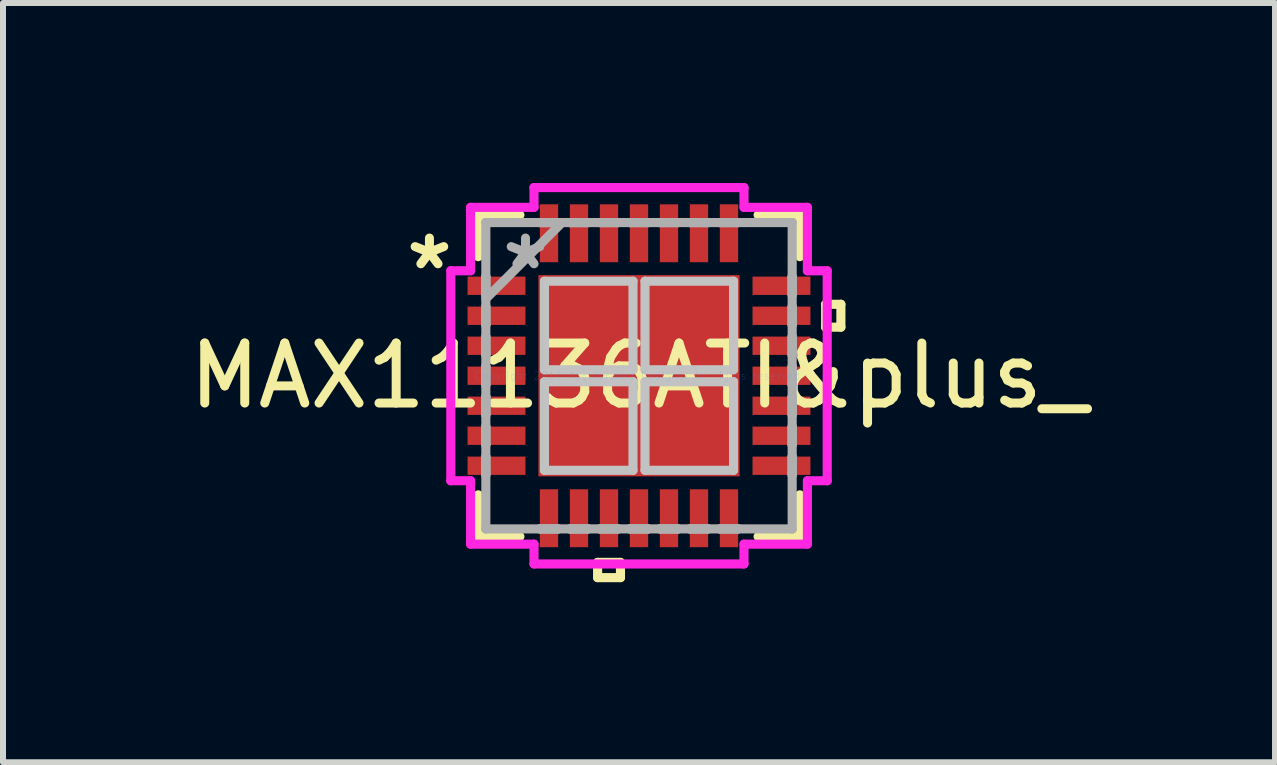
<source format=kicad_pcb>
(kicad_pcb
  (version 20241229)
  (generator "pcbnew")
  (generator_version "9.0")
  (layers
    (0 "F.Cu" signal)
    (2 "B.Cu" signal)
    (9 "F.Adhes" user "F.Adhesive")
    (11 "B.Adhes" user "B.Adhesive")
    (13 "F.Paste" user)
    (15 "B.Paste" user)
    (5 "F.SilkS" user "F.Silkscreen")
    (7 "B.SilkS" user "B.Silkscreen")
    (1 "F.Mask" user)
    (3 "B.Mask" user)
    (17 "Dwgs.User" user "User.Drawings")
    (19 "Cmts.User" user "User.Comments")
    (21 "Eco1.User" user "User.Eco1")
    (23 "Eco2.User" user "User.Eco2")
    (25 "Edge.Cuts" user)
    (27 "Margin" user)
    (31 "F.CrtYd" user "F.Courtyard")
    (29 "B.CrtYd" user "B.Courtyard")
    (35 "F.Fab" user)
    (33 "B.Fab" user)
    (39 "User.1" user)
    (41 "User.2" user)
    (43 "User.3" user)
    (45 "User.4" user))
  (footprint "MAX11136ATI&plus_"
    (layer "F.Cu")
    (at 7.601 3.213)
    (property "Reference" "MAX11136ATI&plus_" (at 0 0 0) (layer "F.SilkS") (effects (font (size 1 1) (thickness 0.15))))
    (attr through_hole)
    (fp_line (start -2.68 -2.68) (end -2.68 -1.985) (stroke (width 0.152) (type solid)) (layer "F.SilkS"))
    (fp_line (start -2.68 1.985) (end -2.68 2.68) (stroke (width 0.152) (type solid)) (layer "F.SilkS"))
    (fp_line (start -2.68 2.68) (end -1.985 2.68) (stroke (width 0.152) (type solid)) (layer "F.SilkS"))
    (fp_line (start -1.985 -2.68) (end -2.68 -2.68) (stroke (width 0.152) (type solid)) (layer "F.SilkS"))
    (fp_line (start -0.69 3.111) (end -0.69 3.365) (stroke (width 0.152) (type solid)) (layer "F.SilkS"))
    (fp_line (start -0.69 3.365) (end -0.309 3.365) (stroke (width 0.152) (type solid)) (layer "F.SilkS"))
    (fp_line (start -0.309 3.111) (end -0.69 3.111) (stroke (width 0.152) (type solid)) (layer "F.SilkS"))
    (fp_line (start -0.309 3.365) (end -0.309 3.111) (stroke (width 0.152) (type solid)) (layer "F.SilkS"))
    (fp_line (start 1.985 2.68) (end 2.68 2.68) (stroke (width 0.152) (type solid)) (layer "F.SilkS"))
    (fp_line (start 2.68 -2.68) (end 1.985 -2.68) (stroke (width 0.152) (type solid)) (layer "F.SilkS"))
    (fp_line (start 2.68 -1.985) (end 2.68 -2.68) (stroke (width 0.152) (type solid)) (layer "F.SilkS"))
    (fp_line (start 2.68 2.68) (end 2.68 1.985) (stroke (width 0.152) (type solid)) (layer "F.SilkS"))
    (fp_line (start 3.111 -1.191) (end 3.365 -1.191) (stroke (width 0.152) (type solid)) (layer "F.SilkS"))
    (fp_line (start 3.111 -0.81) (end 3.111 -1.191) (stroke (width 0.152) (type solid)) (layer "F.SilkS"))
    (fp_line (start 3.365 -1.191) (end 3.365 -0.81) (stroke (width 0.152) (type solid)) (layer "F.SilkS"))
    (fp_line (start 3.365 -0.81) (end 3.111 -0.81) (stroke (width 0.152) (type solid)) (layer "F.SilkS"))
    (fp_line (start -1.576 -1.576) (end -1.576 -0.1) (stroke (width 0.152) (type solid)) (layer "Dwgs.User"))
    (fp_line (start -1.576 -0.1) (end -0.1 -0.1) (stroke (width 0.152) (type solid)) (layer "Dwgs.User"))
    (fp_line (start -1.576 0.1) (end -1.576 1.576) (stroke (width 0.152) (type solid)) (layer "Dwgs.User"))
    (fp_line (start -1.576 1.576) (end -0.1 1.576) (stroke (width 0.152) (type solid)) (layer "Dwgs.User"))
    (fp_line (start -0.1 -1.576) (end -1.576 -1.576) (stroke (width 0.152) (type solid)) (layer "Dwgs.User"))
    (fp_line (start -0.1 -0.1) (end -0.1 -1.576) (stroke (width 0.152) (type solid)) (layer "Dwgs.User"))
    (fp_line (start -0.1 0.1) (end -1.576 0.1) (stroke (width 0.152) (type solid)) (layer "Dwgs.User"))
    (fp_line (start -0.1 1.576) (end -0.1 0.1) (stroke (width 0.152) (type solid)) (layer "Dwgs.User"))
    (fp_line (start 0.1 -1.576) (end 0.1 -0.1) (stroke (width 0.152) (type solid)) (layer "Dwgs.User"))
    (fp_line (start 0.1 -0.1) (end 1.576 -0.1) (stroke (width 0.152) (type solid)) (layer "Dwgs.User"))
    (fp_line (start 0.1 0.1) (end 0.1 1.576) (stroke (width 0.152) (type solid)) (layer "Dwgs.User"))
    (fp_line (start 0.1 1.576) (end 1.576 1.576) (stroke (width 0.152) (type solid)) (layer "Dwgs.User"))
    (fp_line (start 1.576 -1.576) (end 0.1 -1.576) (stroke (width 0.152) (type solid)) (layer "Dwgs.User"))
    (fp_line (start 1.576 -0.1) (end 1.576 -1.576) (stroke (width 0.152) (type solid)) (layer "Dwgs.User"))
    (fp_line (start 1.576 0.1) (end 0.1 0.1) (stroke (width 0.152) (type solid)) (layer "Dwgs.User"))
    (fp_line (start 1.576 1.576) (end 1.576 0.1) (stroke (width 0.152) (type solid)) (layer "Dwgs.User"))
    (fp_line (start -3.137 -1.75) (end -2.807 -1.75) (stroke (width 0.152) (type solid)) (layer "F.CrtYd"))
    (fp_line (start -3.137 1.75) (end -3.137 -1.75) (stroke (width 0.152) (type solid)) (layer "F.CrtYd"))
    (fp_line (start -2.807 -2.807) (end -1.75 -2.807) (stroke (width 0.152) (type solid)) (layer "F.CrtYd"))
    (fp_line (start -2.807 -1.75) (end -2.807 -2.807) (stroke (width 0.152) (type solid)) (layer "F.CrtYd"))
    (fp_line (start -2.807 1.75) (end -3.137 1.75) (stroke (width 0.152) (type solid)) (layer "F.CrtYd"))
    (fp_line (start -2.807 2.807) (end -2.807 1.75) (stroke (width 0.152) (type solid)) (layer "F.CrtYd"))
    (fp_line (start -1.75 -3.137) (end 1.75 -3.137) (stroke (width 0.152) (type solid)) (layer "F.CrtYd"))
    (fp_line (start -1.75 -2.807) (end -1.75 -3.137) (stroke (width 0.152) (type solid)) (layer "F.CrtYd"))
    (fp_line (start -1.75 2.807) (end -2.807 2.807) (stroke (width 0.152) (type solid)) (layer "F.CrtYd"))
    (fp_line (start -1.75 3.137) (end -1.75 2.807) (stroke (width 0.152) (type solid)) (layer "F.CrtYd"))
    (fp_line (start 1.75 -3.137) (end 1.75 -2.807) (stroke (width 0.152) (type solid)) (layer "F.CrtYd"))
    (fp_line (start 1.75 -2.807) (end 2.807 -2.807) (stroke (width 0.152) (type solid)) (layer "F.CrtYd"))
    (fp_line (start 1.75 2.807) (end 1.75 3.137) (stroke (width 0.152) (type solid)) (layer "F.CrtYd"))
    (fp_line (start 1.75 3.137) (end -1.75 3.137) (stroke (width 0.152) (type solid)) (layer "F.CrtYd"))
    (fp_line (start 2.807 -2.807) (end 2.807 -1.75) (stroke (width 0.152) (type solid)) (layer "F.CrtYd"))
    (fp_line (start 2.807 -1.75) (end 3.137 -1.75) (stroke (width 0.152) (type solid)) (layer "F.CrtYd"))
    (fp_line (start 2.807 1.75) (end 2.807 2.807) (stroke (width 0.152) (type solid)) (layer "F.CrtYd"))
    (fp_line (start 2.807 2.807) (end 1.75 2.807) (stroke (width 0.152) (type solid)) (layer "F.CrtYd"))
    (fp_line (start 3.137 -1.75) (end 3.137 1.75) (stroke (width 0.152) (type solid)) (layer "F.CrtYd"))
    (fp_line (start 3.137 1.75) (end 2.807 1.75) (stroke (width 0.152) (type solid)) (layer "F.CrtYd"))
    (fp_line (start -2.553 -2.553) (end -2.553 -2.553) (stroke (width 0.152) (type solid)) (layer "F.Fab"))
    (fp_line (start -2.553 -2.553) (end -2.553 2.553) (stroke (width 0.152) (type solid)) (layer "F.Fab"))
    (fp_line (start -2.553 -1.652) (end -2.553 -1.652) (stroke (width 0.152) (type solid)) (layer "F.Fab"))
    (fp_line (start -2.553 -1.652) (end -2.553 -1.348) (stroke (width 0.152) (type solid)) (layer "F.Fab"))
    (fp_line (start -2.553 -1.348) (end -2.553 -1.652) (stroke (width 0.152) (type solid)) (layer "F.Fab"))
    (fp_line (start -2.553 -1.348) (end -2.553 -1.348) (stroke (width 0.152) (type solid)) (layer "F.Fab"))
    (fp_line (start -2.553 -1.283) (end -1.283 -2.553) (stroke (width 0.152) (type solid)) (layer "F.Fab"))
    (fp_line (start -2.553 -1.152) (end -2.553 -1.152) (stroke (width 0.152) (type solid)) (layer "F.Fab"))
    (fp_line (start -2.553 -1.152) (end -2.553 -0.848) (stroke (width 0.152) (type solid)) (layer "F.Fab"))
    (fp_line (start -2.553 -0.848) (end -2.553 -1.152) (stroke (width 0.152) (type solid)) (layer "F.Fab"))
    (fp_line (start -2.553 -0.848) (end -2.553 -0.848) (stroke (width 0.152) (type solid)) (layer "F.Fab"))
    (fp_line (start -2.553 -0.652) (end -2.553 -0.652) (stroke (width 0.152) (type solid)) (layer "F.Fab"))
    (fp_line (start -2.553 -0.652) (end -2.553 -0.348) (stroke (width 0.152) (type solid)) (layer "F.Fab"))
    (fp_line (start -2.553 -0.348) (end -2.553 -0.652) (stroke (width 0.152) (type solid)) (layer "F.Fab"))
    (fp_line (start -2.553 -0.348) (end -2.553 -0.348) (stroke (width 0.152) (type solid)) (layer "F.Fab"))
    (fp_line (start -2.553 -0.152) (end -2.553 -0.152) (stroke (width 0.152) (type solid)) (layer "F.Fab"))
    (fp_line (start -2.553 -0.152) (end -2.553 0.152) (stroke (width 0.152) (type solid)) (layer "F.Fab"))
    (fp_line (start -2.553 0.152) (end -2.553 -0.152) (stroke (width 0.152) (type solid)) (layer "F.Fab"))
    (fp_line (start -2.553 0.152) (end -2.553 0.152) (stroke (width 0.152) (type solid)) (layer "F.Fab"))
    (fp_line (start -2.553 0.348) (end -2.553 0.348) (stroke (width 0.152) (type solid)) (layer "F.Fab"))
    (fp_line (start -2.553 0.348) (end -2.553 0.652) (stroke (width 0.152) (type solid)) (layer "F.Fab"))
    (fp_line (start -2.553 0.652) (end -2.553 0.348) (stroke (width 0.152) (type solid)) (layer "F.Fab"))
    (fp_line (start -2.553 0.652) (end -2.553 0.652) (stroke (width 0.152) (type solid)) (layer "F.Fab"))
    (fp_line (start -2.553 0.848) (end -2.553 0.848) (stroke (width 0.152) (type solid)) (layer "F.Fab"))
    (fp_line (start -2.553 0.848) (end -2.553 1.152) (stroke (width 0.152) (type solid)) (layer "F.Fab"))
    (fp_line (start -2.553 1.152) (end -2.553 0.848) (stroke (width 0.152) (type solid)) (layer "F.Fab"))
    (fp_line (start -2.553 1.152) (end -2.553 1.152) (stroke (width 0.152) (type solid)) (layer "F.Fab"))
    (fp_line (start -2.553 1.348) (end -2.553 1.348) (stroke (width 0.152) (type solid)) (layer "F.Fab"))
    (fp_line (start -2.553 1.348) (end -2.553 1.652) (stroke (width 0.152) (type solid)) (layer "F.Fab"))
    (fp_line (start -2.553 1.652) (end -2.553 1.348) (stroke (width 0.152) (type solid)) (layer "F.Fab"))
    (fp_line (start -2.553 1.652) (end -2.553 1.652) (stroke (width 0.152) (type solid)) (layer "F.Fab"))
    (fp_line (start -2.553 2.553) (end -2.553 2.553) (stroke (width 0.152) (type solid)) (layer "F.Fab"))
    (fp_line (start -2.553 2.553) (end 2.553 2.553) (stroke (width 0.152) (type solid)) (layer "F.Fab"))
    (fp_line (start -1.652 -2.553) (end -1.652 -2.553) (stroke (width 0.152) (type solid)) (layer "F.Fab"))
    (fp_line (start -1.652 -2.553) (end -1.348 -2.553) (stroke (width 0.152) (type solid)) (layer "F.Fab"))
    (fp_line (start -1.652 2.553) (end -1.652 2.553) (stroke (width 0.152) (type solid)) (layer "F.Fab"))
    (fp_line (start -1.652 2.553) (end -1.348 2.553) (stroke (width 0.152) (type solid)) (layer "F.Fab"))
    (fp_line (start -1.348 -2.553) (end -1.652 -2.553) (stroke (width 0.152) (type solid)) (layer "F.Fab"))
    (fp_line (start -1.348 -2.553) (end -1.348 -2.553) (stroke (width 0.152) (type solid)) (layer "F.Fab"))
    (fp_line (start -1.348 2.553) (end -1.652 2.553) (stroke (width 0.152) (type solid)) (layer "F.Fab"))
    (fp_line (start -1.348 2.553) (end -1.348 2.553) (stroke (width 0.152) (type solid)) (layer "F.Fab"))
    (fp_line (start -1.152 -2.553) (end -1.152 -2.553) (stroke (width 0.152) (type solid)) (layer "F.Fab"))
    (fp_line (start -1.152 -2.553) (end -0.848 -2.553) (stroke (width 0.152) (type solid)) (layer "F.Fab"))
    (fp_line (start -1.152 2.553) (end -1.152 2.553) (stroke (width 0.152) (type solid)) (layer "F.Fab"))
    (fp_line (start -1.152 2.553) (end -0.848 2.553) (stroke (width 0.152) (type solid)) (layer "F.Fab"))
    (fp_line (start -0.848 -2.553) (end -1.152 -2.553) (stroke (width 0.152) (type solid)) (layer "F.Fab"))
    (fp_line (start -0.848 -2.553) (end -0.848 -2.553) (stroke (width 0.152) (type solid)) (layer "F.Fab"))
    (fp_line (start -0.848 2.553) (end -1.152 2.553) (stroke (width 0.152) (type solid)) (layer "F.Fab"))
    (fp_line (start -0.848 2.553) (end -0.848 2.553) (stroke (width 0.152) (type solid)) (layer "F.Fab"))
    (fp_line (start -0.652 -2.553) (end -0.652 -2.553) (stroke (width 0.152) (type solid)) (layer "F.Fab"))
    (fp_line (start -0.652 -2.553) (end -0.348 -2.553) (stroke (width 0.152) (type solid)) (layer "F.Fab"))
    (fp_line (start -0.652 2.553) (end -0.652 2.553) (stroke (width 0.152) (type solid)) (layer "F.Fab"))
    (fp_line (start -0.652 2.553) (end -0.348 2.553) (stroke (width 0.152) (type solid)) (layer "F.Fab"))
    (fp_line (start -0.348 -2.553) (end -0.652 -2.553) (stroke (width 0.152) (type solid)) (layer "F.Fab"))
    (fp_line (start -0.348 -2.553) (end -0.348 -2.553) (stroke (width 0.152) (type solid)) (layer "F.Fab"))
    (fp_line (start -0.348 2.553) (end -0.652 2.553) (stroke (width 0.152) (type solid)) (layer "F.Fab"))
    (fp_line (start -0.348 2.553) (end -0.348 2.553) (stroke (width 0.152) (type solid)) (layer "F.Fab"))
    (fp_line (start -0.152 -2.553) (end -0.152 -2.553) (stroke (width 0.152) (type solid)) (layer "F.Fab"))
    (fp_line (start -0.152 -2.553) (end 0.152 -2.553) (stroke (width 0.152) (type solid)) (layer "F.Fab"))
    (fp_line (start -0.152 2.553) (end -0.152 2.553) (stroke (width 0.152) (type solid)) (layer "F.Fab"))
    (fp_line (start -0.152 2.553) (end 0.152 2.553) (stroke (width 0.152) (type solid)) (layer "F.Fab"))
    (fp_line (start 0.152 -2.553) (end -0.152 -2.553) (stroke (width 0.152) (type solid)) (layer "F.Fab"))
    (fp_line (start 0.152 -2.553) (end 0.152 -2.553) (stroke (width 0.152) (type solid)) (layer "F.Fab"))
    (fp_line (start 0.152 2.553) (end -0.152 2.553) (stroke (width 0.152) (type solid)) (layer "F.Fab"))
    (fp_line (start 0.152 2.553) (end 0.152 2.553) (stroke (width 0.152) (type solid)) (layer "F.Fab"))
    (fp_line (start 0.348 -2.553) (end 0.348 -2.553) (stroke (width 0.152) (type solid)) (layer "F.Fab"))
    (fp_line (start 0.348 -2.553) (end 0.652 -2.553) (stroke (width 0.152) (type solid)) (layer "F.Fab"))
    (fp_line (start 0.348 2.553) (end 0.348 2.553) (stroke (width 0.152) (type solid)) (layer "F.Fab"))
    (fp_line (start 0.348 2.553) (end 0.652 2.553) (stroke (width 0.152) (type solid)) (layer "F.Fab"))
    (fp_line (start 0.652 -2.553) (end 0.348 -2.553) (stroke (width 0.152) (type solid)) (layer "F.Fab"))
    (fp_line (start 0.652 -2.553) (end 0.652 -2.553) (stroke (width 0.152) (type solid)) (layer "F.Fab"))
    (fp_line (start 0.652 2.553) (end 0.348 2.553) (stroke (width 0.152) (type solid)) (layer "F.Fab"))
    (fp_line (start 0.652 2.553) (end 0.652 2.553) (stroke (width 0.152) (type solid)) (layer "F.Fab"))
    (fp_line (start 0.848 -2.553) (end 0.848 -2.553) (stroke (width 0.152) (type solid)) (layer "F.Fab"))
    (fp_line (start 0.848 -2.553) (end 1.152 -2.553) (stroke (width 0.152) (type solid)) (layer "F.Fab"))
    (fp_line (start 0.848 2.553) (end 0.848 2.553) (stroke (width 0.152) (type solid)) (layer "F.Fab"))
    (fp_line (start 0.848 2.553) (end 1.152 2.553) (stroke (width 0.152) (type solid)) (layer "F.Fab"))
    (fp_line (start 1.152 -2.553) (end 0.848 -2.553) (stroke (width 0.152) (type solid)) (layer "F.Fab"))
    (fp_line (start 1.152 -2.553) (end 1.152 -2.553) (stroke (width 0.152) (type solid)) (layer "F.Fab"))
    (fp_line (start 1.152 2.553) (end 0.848 2.553) (stroke (width 0.152) (type solid)) (layer "F.Fab"))
    (fp_line (start 1.152 2.553) (end 1.152 2.553) (stroke (width 0.152) (type solid)) (layer "F.Fab"))
    (fp_line (start 1.348 -2.553) (end 1.348 -2.553) (stroke (width 0.152) (type solid)) (layer "F.Fab"))
    (fp_line (start 1.348 -2.553) (end 1.652 -2.553) (stroke (width 0.152) (type solid)) (layer "F.Fab"))
    (fp_line (start 1.348 2.553) (end 1.348 2.553) (stroke (width 0.152) (type solid)) (layer "F.Fab"))
    (fp_line (start 1.348 2.553) (end 1.652 2.553) (stroke (width 0.152) (type solid)) (layer "F.Fab"))
    (fp_line (start 1.652 -2.553) (end 1.348 -2.553) (stroke (width 0.152) (type solid)) (layer "F.Fab"))
    (fp_line (start 1.652 -2.553) (end 1.652 -2.553) (stroke (width 0.152) (type solid)) (layer "F.Fab"))
    (fp_line (start 1.652 2.553) (end 1.348 2.553) (stroke (width 0.152) (type solid)) (layer "F.Fab"))
    (fp_line (start 1.652 2.553) (end 1.652 2.553) (stroke (width 0.152) (type solid)) (layer "F.Fab"))
    (fp_line (start 2.553 -2.553) (end -2.553 -2.553) (stroke (width 0.152) (type solid)) (layer "F.Fab"))
    (fp_line (start 2.553 -2.553) (end 2.553 -2.553) (stroke (width 0.152) (type solid)) (layer "F.Fab"))
    (fp_line (start 2.553 -1.652) (end 2.553 -1.652) (stroke (width 0.152) (type solid)) (layer "F.Fab"))
    (fp_line (start 2.553 -1.652) (end 2.553 -1.348) (stroke (width 0.152) (type solid)) (layer "F.Fab"))
    (fp_line (start 2.553 -1.348) (end 2.553 -1.652) (stroke (width 0.152) (type solid)) (layer "F.Fab"))
    (fp_line (start 2.553 -1.348) (end 2.553 -1.348) (stroke (width 0.152) (type solid)) (layer "F.Fab"))
    (fp_line (start 2.553 -1.152) (end 2.553 -1.152) (stroke (width 0.152) (type solid)) (layer "F.Fab"))
    (fp_line (start 2.553 -1.152) (end 2.553 -0.848) (stroke (width 0.152) (type solid)) (layer "F.Fab"))
    (fp_line (start 2.553 -0.848) (end 2.553 -1.152) (stroke (width 0.152) (type solid)) (layer "F.Fab"))
    (fp_line (start 2.553 -0.848) (end 2.553 -0.848) (stroke (width 0.152) (type solid)) (layer "F.Fab"))
    (fp_line (start 2.553 -0.652) (end 2.553 -0.652) (stroke (width 0.152) (type solid)) (layer "F.Fab"))
    (fp_line (start 2.553 -0.652) (end 2.553 -0.348) (stroke (width 0.152) (type solid)) (layer "F.Fab"))
    (fp_line (start 2.553 -0.348) (end 2.553 -0.652) (stroke (width 0.152) (type solid)) (layer "F.Fab"))
    (fp_line (start 2.553 -0.348) (end 2.553 -0.348) (stroke (width 0.152) (type solid)) (layer "F.Fab"))
    (fp_line (start 2.553 -0.152) (end 2.553 -0.152) (stroke (width 0.152) (type solid)) (layer "F.Fab"))
    (fp_line (start 2.553 -0.152) (end 2.553 0.152) (stroke (width 0.152) (type solid)) (layer "F.Fab"))
    (fp_line (start 2.553 0.152) (end 2.553 -0.152) (stroke (width 0.152) (type solid)) (layer "F.Fab"))
    (fp_line (start 2.553 0.152) (end 2.553 0.152) (stroke (width 0.152) (type solid)) (layer "F.Fab"))
    (fp_line (start 2.553 0.348) (end 2.553 0.348) (stroke (width 0.152) (type solid)) (layer "F.Fab"))
    (fp_line (start 2.553 0.348) (end 2.553 0.652) (stroke (width 0.152) (type solid)) (layer "F.Fab"))
    (fp_line (start 2.553 0.652) (end 2.553 0.348) (stroke (width 0.152) (type solid)) (layer "F.Fab"))
    (fp_line (start 2.553 0.652) (end 2.553 0.652) (stroke (width 0.152) (type solid)) (layer "F.Fab"))
    (fp_line (start 2.553 0.848) (end 2.553 0.848) (stroke (width 0.152) (type solid)) (layer "F.Fab"))
    (fp_line (start 2.553 0.848) (end 2.553 1.152) (stroke (width 0.152) (type solid)) (layer "F.Fab"))
    (fp_line (start 2.553 1.152) (end 2.553 0.848) (stroke (width 0.152) (type solid)) (layer "F.Fab"))
    (fp_line (start 2.553 1.152) (end 2.553 1.152) (stroke (width 0.152) (type solid)) (layer "F.Fab"))
    (fp_line (start 2.553 1.348) (end 2.553 1.348) (stroke (width 0.152) (type solid)) (layer "F.Fab"))
    (fp_line (start 2.553 1.348) (end 2.553 1.652) (stroke (width 0.152) (type solid)) (layer "F.Fab"))
    (fp_line (start 2.553 1.652) (end 2.553 1.348) (stroke (width 0.152) (type solid)) (layer "F.Fab"))
    (fp_line (start 2.553 1.652) (end 2.553 1.652) (stroke (width 0.152) (type solid)) (layer "F.Fab"))
    (fp_line (start 2.553 2.553) (end 2.553 -2.553) (stroke (width 0.152) (type solid)) (layer "F.Fab"))
    (fp_line (start 2.553 2.553) (end 2.553 2.553) (stroke (width 0.152) (type solid)) (layer "F.Fab"))
    (fp_text user "*" (at -3.493 -1.75 0) (layer "F.SilkS") (effects (font (size 1 1) (thickness 0.15))))
    (fp_text user "Copyright 2016 Accelerated Designs. All rights reserved." (at 0 0 0) (layer "Cmts.User") (effects (font (size 0.127 0.127) (thickness 0.002))))
    (fp_text user "*" (at -1.892 -1.75 0) (layer "F.Fab") (effects (font (size 1 1) (thickness 0.15))))
    (pad "1" smd rect (at -2.375 -1.5 90) (size 0.305 0.965) (layers "F.Cu" "F.Mask" "F.Paste"))
    (pad "2" smd rect (at -2.375 -1 90) (size 0.305 0.965) (layers "F.Cu" "F.Mask" "F.Paste"))
    (pad "3" smd rect (at -2.375 -0.5 90) (size 0.305 0.965) (layers "F.Cu" "F.Mask" "F.Paste"))
    (pad "4" smd rect (at -2.375 0 90) (size 0.305 0.965) (layers "F.Cu" "F.Mask" "F.Paste"))
    (pad "5" smd rect (at -2.375 0.5 90) (size 0.305 0.965) (layers "F.Cu" "F.Mask" "F.Paste"))
    (pad "6" smd rect (at -2.375 1 90) (size 0.305 0.965) (layers "F.Cu" "F.Mask" "F.Paste"))
    (pad "7" smd rect (at -2.375 1.5 90) (size 0.305 0.965) (layers "F.Cu" "F.Mask" "F.Paste"))
    (pad "8" smd rect (at -1.5 2.375) (size 0.305 0.965) (layers "F.Cu" "F.Mask" "F.Paste"))
    (pad "9" smd rect (at -1 2.375) (size 0.305 0.965) (layers "F.Cu" "F.Mask" "F.Paste"))
    (pad "10" smd rect (at -0.5 2.375) (size 0.305 0.965) (layers "F.Cu" "F.Mask" "F.Paste"))
    (pad "11" smd rect (at 0 2.375) (size 0.305 0.965) (layers "F.Cu" "F.Mask" "F.Paste"))
    (pad "12" smd rect (at 0.5 2.375) (size 0.305 0.965) (layers "F.Cu" "F.Mask" "F.Paste"))
    (pad "13" smd rect (at 1 2.375) (size 0.305 0.965) (layers "F.Cu" "F.Mask" "F.Paste"))
    (pad "14" smd rect (at 1.5 2.375) (size 0.305 0.965) (layers "F.Cu" "F.Mask" "F.Paste"))
    (pad "15" smd rect (at 2.375 1.5 90) (size 0.305 0.965) (layers "F.Cu" "F.Mask" "F.Paste"))
    (pad "16" smd rect (at 2.375 1 90) (size 0.305 0.965) (layers "F.Cu" "F.Mask" "F.Paste"))
    (pad "17" smd rect (at 2.375 0.5 90) (size 0.305 0.965) (layers "F.Cu" "F.Mask" "F.Paste"))
    (pad "18" smd rect (at 2.375 0 90) (size 0.305 0.965) (layers "F.Cu" "F.Mask" "F.Paste"))
    (pad "19" smd rect (at 2.375 -0.5 90) (size 0.305 0.965) (layers "F.Cu" "F.Mask" "F.Paste"))
    (pad "20" smd rect (at 2.375 -1 90) (size 0.305 0.965) (layers "F.Cu" "F.Mask" "F.Paste"))
    (pad "21" smd rect (at 2.375 -1.5 90) (size 0.305 0.965) (layers "F.Cu" "F.Mask" "F.Paste"))
    (pad "22" smd rect (at 1.5 -2.375) (size 0.305 0.965) (layers "F.Cu" "F.Mask" "F.Paste"))
    (pad "23" smd rect (at 1 -2.375) (size 0.305 0.965) (layers "F.Cu" "F.Mask" "F.Paste"))
    (pad "24" smd rect (at 0.5 -2.375) (size 0.305 0.965) (layers "F.Cu" "F.Mask" "F.Paste"))
    (pad "25" smd rect (at 0 -2.375) (size 0.305 0.965) (layers "F.Cu" "F.Mask" "F.Paste"))
    (pad "26" smd rect (at -0.5 -2.375) (size 0.305 0.965) (layers "F.Cu" "F.Mask" "F.Paste"))
    (pad "27" smd rect (at -1 -2.375) (size 0.305 0.965) (layers "F.Cu" "F.Mask" "F.Paste"))
    (pad "28" smd rect (at -1.5 -2.375) (size 0.305 0.965) (layers "F.Cu" "F.Mask" "F.Paste"))
    (pad "29" smd rect (at 0 0) (size 3.353 3.353) (layers "F.Cu" "F.Mask" "F.Paste")))
  (gr_rect
    (start -3 -3)
    (end 18.202 9.655)
    (stroke (width 0.1) (type default))
    (fill no)
    (layer "Edge.Cuts")))
</source>
